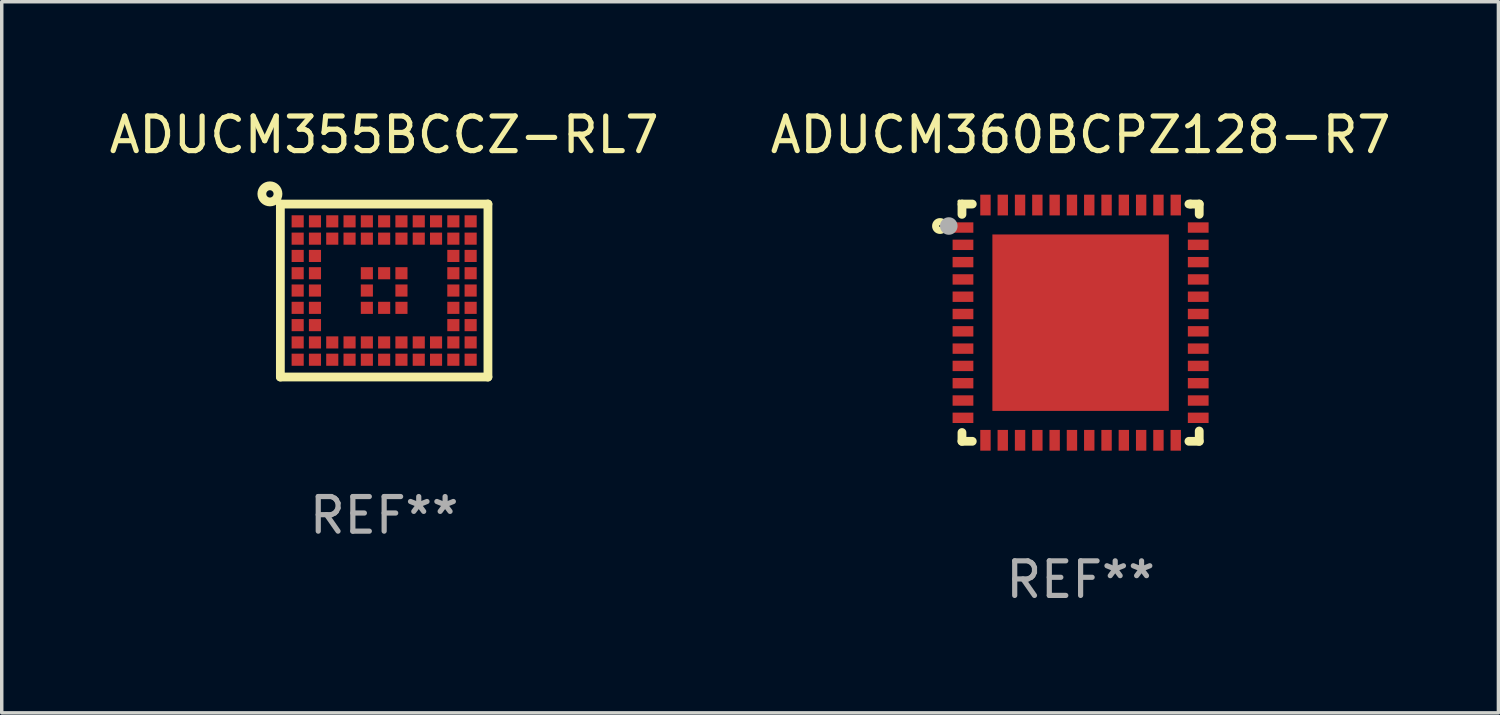
<source format=kicad_pcb>
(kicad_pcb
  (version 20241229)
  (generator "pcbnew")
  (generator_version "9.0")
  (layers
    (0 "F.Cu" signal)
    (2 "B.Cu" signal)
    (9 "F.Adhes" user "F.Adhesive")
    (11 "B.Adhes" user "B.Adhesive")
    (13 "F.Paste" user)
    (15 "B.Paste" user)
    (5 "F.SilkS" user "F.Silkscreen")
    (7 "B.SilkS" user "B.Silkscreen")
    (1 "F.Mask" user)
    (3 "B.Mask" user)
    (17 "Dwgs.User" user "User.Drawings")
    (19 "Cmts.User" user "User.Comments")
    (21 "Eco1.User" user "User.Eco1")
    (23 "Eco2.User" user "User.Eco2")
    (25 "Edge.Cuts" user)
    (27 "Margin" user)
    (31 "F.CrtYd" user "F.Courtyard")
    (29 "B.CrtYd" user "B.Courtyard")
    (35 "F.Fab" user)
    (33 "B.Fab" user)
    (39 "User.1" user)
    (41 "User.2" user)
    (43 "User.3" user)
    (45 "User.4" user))
  (footprint "ADUCM360BCPZ128-R7"
    (layer "F.Cu")
    (at 28.185 6.277)
    (property "Reference" "ADUCM360BCPZ128-R7" (at 0 -5.429 0) (layer "F.SilkS") (effects (font (size 1 1) (thickness 0.15))))
    (attr through_hole)
    (fp_line (start -3.429 -3.429) (end -3.429 -3.131) (stroke (width 0.254) (type solid)) (layer "F.SilkS"))
    (fp_line (start -3.429 3.429) (end -3.429 3.175) (stroke (width 0.254) (type solid)) (layer "F.SilkS"))
    (fp_line (start -3.131 -3.429) (end -3.429 -3.429) (stroke (width 0.254) (type solid)) (layer "F.SilkS"))
    (fp_line (start -3.131 3.429) (end -3.429 3.429) (stroke (width 0.254) (type solid)) (layer "F.SilkS"))
    (fp_line (start 3.175 -3.429) (end 3.131 -3.429) (stroke (width 0.254) (type solid)) (layer "F.SilkS"))
    (fp_line (start 3.429 -3.429) (end 3.175 -3.429) (stroke (width 0.254) (type solid)) (layer "F.SilkS"))
    (fp_line (start 3.429 -3.131) (end 3.429 -3.429) (stroke (width 0.254) (type solid)) (layer "F.SilkS"))
    (fp_line (start 3.429 3.131) (end 3.429 3.429) (stroke (width 0.254) (type solid)) (layer "F.SilkS"))
    (fp_line (start 3.429 3.429) (end 3.131 3.429) (stroke (width 0.254) (type solid)) (layer "F.SilkS"))
    (fp_circle (center -4.064 -2.794) (end -3.937 -2.794) (stroke (width 0.204) (type solid)) (fill no) (layer "F.SilkS"))
    (fp_circle (center -3.501 -3.501) (end -3.471 -3.501) (stroke (width 0.06) (type solid)) (fill no) (layer "F.SilkS"))
    (fp_circle (center -3.81 -2.794) (end -3.683 -2.794) (stroke (width 0.254) (type solid)) (fill no) (layer "F.Fab"))
    (fp_text user "REF**" (at 0 7.429 0) (layer "F.Fab") (effects (font (size 1 1) (thickness 0.15))))
    (pad "1" smd rect (at -3.4 -2.75) (size 0.6 0.3) (layers "F.Cu" "F.Mask" "F.Paste"))
    (pad "2" smd rect (at -3.4 -2.25) (size 0.6 0.3) (layers "F.Cu" "F.Mask" "F.Paste"))
    (pad "3" smd rect (at -3.4 -1.75) (size 0.6 0.3) (layers "F.Cu" "F.Mask" "F.Paste"))
    (pad "4" smd rect (at -3.4 -1.25) (size 0.6 0.3) (layers "F.Cu" "F.Mask" "F.Paste"))
    (pad "5" smd rect (at -3.4 -0.75) (size 0.6 0.3) (layers "F.Cu" "F.Mask" "F.Paste"))
    (pad "6" smd rect (at -3.4 -0.25) (size 0.6 0.3) (layers "F.Cu" "F.Mask" "F.Paste"))
    (pad "7" smd rect (at -3.4 0.25) (size 0.6 0.3) (layers "F.Cu" "F.Mask" "F.Paste"))
    (pad "8" smd rect (at -3.4 0.75) (size 0.6 0.3) (layers "F.Cu" "F.Mask" "F.Paste"))
    (pad "9" smd rect (at -3.4 1.25) (size 0.6 0.3) (layers "F.Cu" "F.Mask" "F.Paste"))
    (pad "10" smd rect (at -3.4 1.75) (size 0.6 0.3) (layers "F.Cu" "F.Mask" "F.Paste"))
    (pad "11" smd rect (at -3.4 2.25) (size 0.6 0.3) (layers "F.Cu" "F.Mask" "F.Paste"))
    (pad "12" smd rect (at -3.4 2.75) (size 0.6 0.3) (layers "F.Cu" "F.Mask" "F.Paste"))
    (pad "13" smd rect (at -2.75 3.4) (size 0.3 0.6) (layers "F.Cu" "F.Mask" "F.Paste"))
    (pad "14" smd rect (at -2.25 3.4) (size 0.3 0.6) (layers "F.Cu" "F.Mask" "F.Paste"))
    (pad "15" smd rect (at -1.75 3.4) (size 0.3 0.6) (layers "F.Cu" "F.Mask" "F.Paste"))
    (pad "16" smd rect (at -1.25 3.4) (size 0.3 0.6) (layers "F.Cu" "F.Mask" "F.Paste"))
    (pad "17" smd rect (at -0.75 3.4) (size 0.3 0.6) (layers "F.Cu" "F.Mask" "F.Paste"))
    (pad "18" smd rect (at -0.25 3.4) (size 0.3 0.6) (layers "F.Cu" "F.Mask" "F.Paste"))
    (pad "19" smd rect (at 0.25 3.4) (size 0.3 0.6) (layers "F.Cu" "F.Mask" "F.Paste"))
    (pad "20" smd rect (at 0.75 3.4) (size 0.3 0.6) (layers "F.Cu" "F.Mask" "F.Paste"))
    (pad "21" smd rect (at 1.25 3.4) (size 0.3 0.6) (layers "F.Cu" "F.Mask" "F.Paste"))
    (pad "22" smd rect (at 1.75 3.4) (size 0.3 0.6) (layers "F.Cu" "F.Mask" "F.Paste"))
    (pad "23" smd rect (at 2.25 3.4) (size 0.3 0.6) (layers "F.Cu" "F.Mask" "F.Paste"))
    (pad "24" smd rect (at 2.75 3.4) (size 0.3 0.6) (layers "F.Cu" "F.Mask" "F.Paste"))
    (pad "25" smd rect (at 3.4 2.75) (size 0.6 0.3) (layers "F.Cu" "F.Mask" "F.Paste"))
    (pad "26" smd rect (at 3.4 2.25) (size 0.6 0.3) (layers "F.Cu" "F.Mask" "F.Paste"))
    (pad "27" smd rect (at 3.4 1.75) (size 0.6 0.3) (layers "F.Cu" "F.Mask" "F.Paste"))
    (pad "28" smd rect (at 3.4 1.25) (size 0.6 0.3) (layers "F.Cu" "F.Mask" "F.Paste"))
    (pad "29" smd rect (at 3.4 0.75) (size 0.6 0.3) (layers "F.Cu" "F.Mask" "F.Paste"))
    (pad "30" smd rect (at 3.4 0.25) (size 0.6 0.3) (layers "F.Cu" "F.Mask" "F.Paste"))
    (pad "31" smd rect (at 3.4 -0.25) (size 0.6 0.3) (layers "F.Cu" "F.Mask" "F.Paste"))
    (pad "32" smd rect (at 3.4 -0.75) (size 0.6 0.3) (layers "F.Cu" "F.Mask" "F.Paste"))
    (pad "33" smd rect (at 3.4 -1.25) (size 0.6 0.3) (layers "F.Cu" "F.Mask" "F.Paste"))
    (pad "34" smd rect (at 3.4 -1.75) (size 0.6 0.3) (layers "F.Cu" "F.Mask" "F.Paste"))
    (pad "35" smd rect (at 3.4 -2.25) (size 0.6 0.3) (layers "F.Cu" "F.Mask" "F.Paste"))
    (pad "36" smd rect (at 3.4 -2.75) (size 0.6 0.3) (layers "F.Cu" "F.Mask" "F.Paste"))
    (pad "37" smd rect (at 2.75 -3.4) (size 0.3 0.6) (layers "F.Cu" "F.Mask" "F.Paste"))
    (pad "38" smd rect (at 2.25 -3.4) (size 0.3 0.6) (layers "F.Cu" "F.Mask" "F.Paste"))
    (pad "39" smd rect (at 1.75 -3.4) (size 0.3 0.6) (layers "F.Cu" "F.Mask" "F.Paste"))
    (pad "40" smd rect (at 1.25 -3.4) (size 0.3 0.6) (layers "F.Cu" "F.Mask" "F.Paste"))
    (pad "41" smd rect (at 0.75 -3.4) (size 0.3 0.6) (layers "F.Cu" "F.Mask" "F.Paste"))
    (pad "42" smd rect (at 0.25 -3.4) (size 0.3 0.6) (layers "F.Cu" "F.Mask" "F.Paste"))
    (pad "43" smd rect (at -0.25 -3.4) (size 0.3 0.6) (layers "F.Cu" "F.Mask" "F.Paste"))
    (pad "44" smd rect (at -0.75 -3.4) (size 0.3 0.6) (layers "F.Cu" "F.Mask" "F.Paste"))
    (pad "45" smd rect (at -1.25 -3.4) (size 0.3 0.6) (layers "F.Cu" "F.Mask" "F.Paste"))
    (pad "46" smd rect (at -1.75 -3.4) (size 0.3 0.6) (layers "F.Cu" "F.Mask" "F.Paste"))
    (pad "47" smd rect (at -2.25 -3.4) (size 0.3 0.6) (layers "F.Cu" "F.Mask" "F.Paste"))
    (pad "48" smd rect (at -2.75 -3.4) (size 0.3 0.6) (layers "F.Cu" "F.Mask" "F.Paste"))
    (pad "49" smd rect (at -0.000025 -0.000025 270) (size 5.1 5.1) (layers "F.Cu" "F.Mask" "F.Paste")))
  (footprint "ADUCM355BCCZ-RL7"
    (layer "F.Cu")
    (at 8.054 5.348)
    (property "Reference" "ADUCM355BCCZ-RL7" (at 0 -4.5 0) (layer "F.SilkS") (effects (font (size 1 1) (thickness 0.15))))
    (attr through_hole)
    (fp_line (start -3 -2.5) (end -3 2.5) (stroke (width 0.254) (type solid)) (layer "F.SilkS"))
    (fp_line (start -3 2.5) (end 3 2.5) (stroke (width 0.254) (type solid)) (layer "F.SilkS"))
    (fp_line (start 3 -2.5) (end -3 -2.5) (stroke (width 0.254) (type solid)) (layer "F.SilkS"))
    (fp_line (start 3 -2.5) (end 3 2.5) (stroke (width 0.254) (type solid)) (layer "F.SilkS"))
    (fp_circle (center -3.302 -2.794) (end -3.196 -2.794) (stroke (width 0.254) (type solid)) (fill no) (layer "F.SilkS"))
    (fp_circle (center -3 -2.5) (end -2.97 -2.5) (stroke (width 0.06) (type solid)) (fill no) (layer "F.SilkS"))
    (fp_text user "REF**" (at 0 6.5 0) (layer "F.Fab") (effects (font (size 1 1) (thickness 0.15))))
    (pad "A1" smd rect (at -2.5 -2) (size 0.35 0.35) (layers "F.Cu" "F.Mask" "F.Paste"))
    (pad "A2" smd rect (at -2 -2) (size 0.35 0.35) (layers "F.Cu" "F.Mask" "F.Paste"))
    (pad "A3" smd rect (at -1.5 -2) (size 0.35 0.35) (layers "F.Cu" "F.Mask" "F.Paste"))
    (pad "A4" smd rect (at -1 -2) (size 0.35 0.35) (layers "F.Cu" "F.Mask" "F.Paste"))
    (pad "A5" smd rect (at -0.5 -2) (size 0.35 0.35) (layers "F.Cu" "F.Mask" "F.Paste"))
    (pad "A6" smd rect (at -0.000127 -2) (size 0.35 0.35) (layers "F.Cu" "F.Mask" "F.Paste"))
    (pad "A7" smd rect (at 0.5 -2) (size 0.35 0.35) (layers "F.Cu" "F.Mask" "F.Paste"))
    (pad "A8" smd rect (at 1 -2) (size 0.35 0.35) (layers "F.Cu" "F.Mask" "F.Paste"))
    (pad "A9" smd rect (at 1.5 -2) (size 0.35 0.35) (layers "F.Cu" "F.Mask" "F.Paste"))
    (pad "A10" smd rect (at 2 -2) (size 0.35 0.35) (layers "F.Cu" "F.Mask" "F.Paste"))
    (pad "A11" smd rect (at 2.5 -2) (size 0.35 0.35) (layers "F.Cu" "F.Mask" "F.Paste"))
    (pad "B1" smd rect (at -2.5 -1.5) (size 0.35 0.35) (layers "F.Cu" "F.Mask" "F.Paste"))
    (pad "B2" smd rect (at -2 -1.5) (size 0.35 0.35) (layers "F.Cu" "F.Mask" "F.Paste"))
    (pad "B3" smd rect (at -1.5 -1.5) (size 0.35 0.35) (layers "F.Cu" "F.Mask" "F.Paste"))
    (pad "B4" smd rect (at -1 -1.5) (size 0.35 0.35) (layers "F.Cu" "F.Mask" "F.Paste"))
    (pad "B5" smd rect (at -0.5 -1.5) (size 0.35 0.35) (layers "F.Cu" "F.Mask" "F.Paste"))
    (pad "B6" smd rect (at -0.000127 -1.5) (size 0.35 0.35) (layers "F.Cu" "F.Mask" "F.Paste"))
    (pad "B7" smd rect (at 0.5 -1.5) (size 0.35 0.35) (layers "F.Cu" "F.Mask" "F.Paste"))
    (pad "B8" smd rect (at 1 -1.5) (size 0.35 0.35) (layers "F.Cu" "F.Mask" "F.Paste"))
    (pad "B9" smd rect (at 1.5 -1.5) (size 0.35 0.35) (layers "F.Cu" "F.Mask" "F.Paste"))
    (pad "B10" smd rect (at 2 -1.5) (size 0.35 0.35) (layers "F.Cu" "F.Mask" "F.Paste"))
    (pad "B11" smd rect (at 2.5 -1.5) (size 0.35 0.35) (layers "F.Cu" "F.Mask" "F.Paste"))
    (pad "C1" smd rect (at -2.5 -1) (size 0.35 0.35) (layers "F.Cu" "F.Mask" "F.Paste"))
    (pad "C2" smd rect (at -2 -1) (size 0.35 0.35) (layers "F.Cu" "F.Mask" "F.Paste"))
    (pad "C10" smd rect (at 2 -1) (size 0.35 0.35) (layers "F.Cu" "F.Mask" "F.Paste"))
    (pad "C11" smd rect (at 2.5 -1) (size 0.35 0.35) (layers "F.Cu" "F.Mask" "F.Paste"))
    (pad "D1" smd rect (at -2.5 -0.5) (size 0.35 0.35) (layers "F.Cu" "F.Mask" "F.Paste"))
    (pad "D2" smd rect (at -2 -0.5) (size 0.35 0.35) (layers "F.Cu" "F.Mask" "F.Paste"))
    (pad "D5" smd rect (at -0.5 -0.5) (size 0.35 0.35) (layers "F.Cu" "F.Mask" "F.Paste"))
    (pad "D6" smd rect (at -0.000127 -0.5) (size 0.35 0.35) (layers "F.Cu" "F.Mask" "F.Paste"))
    (pad "D7" smd rect (at 0.5 -0.5) (size 0.35 0.35) (layers "F.Cu" "F.Mask" "F.Paste"))
    (pad "D10" smd rect (at 2 -0.5) (size 0.35 0.35) (layers "F.Cu" "F.Mask" "F.Paste"))
    (pad "D11" smd rect (at 2.5 -0.5) (size 0.35 0.35) (layers "F.Cu" "F.Mask" "F.Paste"))
    (pad "E1" smd rect (at -2.5 0) (size 0.35 0.35) (layers "F.Cu" "F.Mask" "F.Paste"))
    (pad "E2" smd rect (at -2 0) (size 0.35 0.35) (layers "F.Cu" "F.Mask" "F.Paste"))
    (pad "E5" smd rect (at -0.5 0) (size 0.35 0.35) (layers "F.Cu" "F.Mask" "F.Paste"))
    (pad "E7" smd rect (at 0.5 0) (size 0.35 0.35) (layers "F.Cu" "F.Mask" "F.Paste"))
    (pad "E10" smd rect (at 2 0) (size 0.35 0.35) (layers "F.Cu" "F.Mask" "F.Paste"))
    (pad "E11" smd rect (at 2.5 0) (size 0.35 0.35) (layers "F.Cu" "F.Mask" "F.Paste"))
    (pad "F1" smd rect (at -2.5 0.5) (size 0.35 0.35) (layers "F.Cu" "F.Mask" "F.Paste"))
    (pad "F2" smd rect (at -2 0.5) (size 0.35 0.35) (layers "F.Cu" "F.Mask" "F.Paste"))
    (pad "F5" smd rect (at -0.5 0.5) (size 0.35 0.35) (layers "F.Cu" "F.Mask" "F.Paste"))
    (pad "F6" smd rect (at -0.000127 0.5) (size 0.35 0.35) (layers "F.Cu" "F.Mask" "F.Paste"))
    (pad "F7" smd rect (at 0.5 0.5) (size 0.35 0.35) (layers "F.Cu" "F.Mask" "F.Paste"))
    (pad "F10" smd rect (at 2 0.5) (size 0.35 0.35) (layers "F.Cu" "F.Mask" "F.Paste"))
    (pad "F11" smd rect (at 2.5 0.5) (size 0.35 0.35) (layers "F.Cu" "F.Mask" "F.Paste"))
    (pad "G1" smd rect (at -2.5 1) (size 0.35 0.35) (layers "F.Cu" "F.Mask" "F.Paste"))
    (pad "G2" smd rect (at -2 1) (size 0.35 0.35) (layers "F.Cu" "F.Mask" "F.Paste"))
    (pad "G10" smd rect (at 2 1) (size 0.35 0.35) (layers "F.Cu" "F.Mask" "F.Paste"))
    (pad "G11" smd rect (at 2.5 1) (size 0.35 0.35) (layers "F.Cu" "F.Mask" "F.Paste"))
    (pad "H1" smd rect (at -2.5 1.5) (size 0.35 0.35) (layers "F.Cu" "F.Mask" "F.Paste"))
    (pad "H2" smd rect (at -2 1.5) (size 0.35 0.35) (layers "F.Cu" "F.Mask" "F.Paste"))
    (pad "H3" smd rect (at -1.5 1.5) (size 0.35 0.35) (layers "F.Cu" "F.Mask" "F.Paste"))
    (pad "H4" smd rect (at -1 1.5) (size 0.35 0.35) (layers "F.Cu" "F.Mask" "F.Paste"))
    (pad "H5" smd rect (at -0.5 1.5) (size 0.35 0.35) (layers "F.Cu" "F.Mask" "F.Paste"))
    (pad "H6" smd rect (at -0.000127 1.5) (size 0.35 0.35) (layers "F.Cu" "F.Mask" "F.Paste"))
    (pad "H7" smd rect (at 0.5 1.5) (size 0.35 0.35) (layers "F.Cu" "F.Mask" "F.Paste"))
    (pad "H8" smd rect (at 1 1.5) (size 0.35 0.35) (layers "F.Cu" "F.Mask" "F.Paste"))
    (pad "H9" smd rect (at 1.5 1.5) (size 0.35 0.35) (layers "F.Cu" "F.Mask" "F.Paste"))
    (pad "H10" smd rect (at 2 1.5) (size 0.35 0.35) (layers "F.Cu" "F.Mask" "F.Paste"))
    (pad "H11" smd rect (at 2.5 1.5) (size 0.35 0.35) (layers "F.Cu" "F.Mask" "F.Paste"))
    (pad "J1" smd rect (at -2.5 2) (size 0.35 0.35) (layers "F.Cu" "F.Mask" "F.Paste"))
    (pad "J2" smd rect (at -2 2) (size 0.35 0.35) (layers "F.Cu" "F.Mask" "F.Paste"))
    (pad "J3" smd rect (at -1.5 2) (size 0.35 0.35) (layers "F.Cu" "F.Mask" "F.Paste"))
    (pad "J4" smd rect (at -1 2) (size 0.35 0.35) (layers "F.Cu" "F.Mask" "F.Paste"))
    (pad "J5" smd rect (at -0.5 2) (size 0.35 0.35) (layers "F.Cu" "F.Mask" "F.Paste"))
    (pad "J6" smd rect (at -0.000127 2) (size 0.35 0.35) (layers "F.Cu" "F.Mask" "F.Paste"))
    (pad "J7" smd rect (at 0.5 2) (size 0.35 0.35) (layers "F.Cu" "F.Mask" "F.Paste"))
    (pad "J8" smd rect (at 1 2) (size 0.35 0.35) (layers "F.Cu" "F.Mask" "F.Paste"))
    (pad "J9" smd rect (at 1.5 2) (size 0.35 0.35) (layers "F.Cu" "F.Mask" "F.Paste"))
    (pad "J10" smd rect (at 2 2) (size 0.35 0.35) (layers "F.Cu" "F.Mask" "F.Paste"))
    (pad "J11" smd rect (at 2.5 2) (size 0.35 0.35) (layers "F.Cu" "F.Mask" "F.Paste")))
  (gr_rect
    (start -3 -3)
    (end 40.262 17.555)
    (stroke (width 0.1) (type default))
    (fill no)
    (layer "Edge.Cuts")))
</source>
